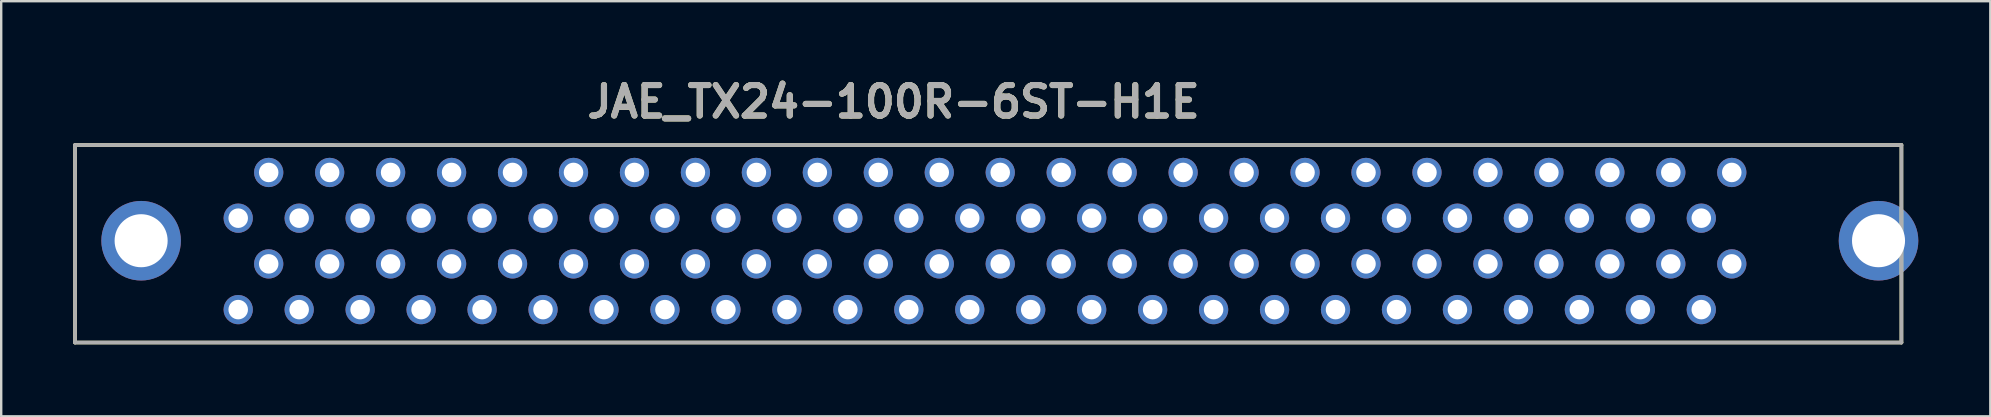
<source format=kicad_pcb>
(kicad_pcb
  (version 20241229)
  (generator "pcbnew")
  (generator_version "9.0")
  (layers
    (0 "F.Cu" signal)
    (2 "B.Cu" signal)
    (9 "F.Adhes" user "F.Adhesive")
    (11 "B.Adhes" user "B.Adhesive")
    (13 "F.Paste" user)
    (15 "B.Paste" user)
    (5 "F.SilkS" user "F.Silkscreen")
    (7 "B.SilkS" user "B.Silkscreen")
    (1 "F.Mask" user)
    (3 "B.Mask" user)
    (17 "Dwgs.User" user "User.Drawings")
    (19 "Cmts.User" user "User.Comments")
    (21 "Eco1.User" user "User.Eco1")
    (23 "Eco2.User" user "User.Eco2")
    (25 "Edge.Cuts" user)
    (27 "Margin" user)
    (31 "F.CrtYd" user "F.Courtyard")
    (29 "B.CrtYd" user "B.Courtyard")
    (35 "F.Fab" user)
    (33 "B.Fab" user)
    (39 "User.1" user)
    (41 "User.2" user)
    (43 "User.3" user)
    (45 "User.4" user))
  (footprint "JAE_TX24-100R-6ST-H1E"
    (layer "F.Cu")
    (at 38.625 2.992)
    (property "Reference" "JAE_TX24-100R-6ST-H1E" (at -4.445 -1.803 0) (layer "F.SilkS") (effects (font (size 1.27 1.27) (thickness 0.254))))
    (attr through_hole)
    (fp_line (start -38.549 0) (end -38.549 8.23) (stroke (width 0.152) (type solid)) (layer "F.SilkS"))
    (fp_line (start -38.549 8.23) (end 37.549 8.23) (stroke (width 0.152) (type solid)) (layer "F.SilkS"))
    (fp_line (start 37.549 0) (end -38.549 0) (stroke (width 0.152) (type solid)) (layer "F.SilkS"))
    (fp_line (start 37.549 8.23) (end 37.549 0) (stroke (width 0.152) (type solid)) (layer "F.SilkS"))
    (fp_line (start -38.549 0) (end -38.549 8.23) (stroke (width 0.152) (type solid)) (layer "F.Fab"))
    (fp_line (start -38.549 8.23) (end 37.549 8.23) (stroke (width 0.152) (type solid)) (layer "F.Fab"))
    (fp_line (start 37.549 0) (end -38.549 0) (stroke (width 0.152) (type solid)) (layer "F.Fab"))
    (fp_line (start 37.549 8.23) (end 37.549 0) (stroke (width 0.152) (type solid)) (layer "F.Fab"))
    (fp_text user "${REFERENCE}" (at -4.445 -1.803 0) (layer "F.Fab") (effects (font (size 1.27 1.27) (thickness 0.254))))
    (pad "1" thru_hole circle (at 30.48 1.143) (size 1.219 1.219) (drill 0.813) (layers "*.Cu" "*.Mask"))
    (pad "2" thru_hole circle (at 29.21 3.048) (size 1.219 1.219) (drill 0.813) (layers "*.Cu" "*.Mask"))
    (pad "3" thru_hole circle (at 27.94 1.143) (size 1.219 1.219) (drill 0.813) (layers "*.Cu" "*.Mask"))
    (pad "4" thru_hole circle (at 26.67 3.048) (size 1.219 1.219) (drill 0.813) (layers "*.Cu" "*.Mask"))
    (pad "5" thru_hole circle (at 25.4 1.143) (size 1.219 1.219) (drill 0.813) (layers "*.Cu" "*.Mask"))
    (pad "6" thru_hole circle (at 24.13 3.048) (size 1.219 1.219) (drill 0.813) (layers "*.Cu" "*.Mask"))
    (pad "7" thru_hole circle (at 22.86 1.143) (size 1.219 1.219) (drill 0.813) (layers "*.Cu" "*.Mask"))
    (pad "8" thru_hole circle (at 21.59 3.048) (size 1.219 1.219) (drill 0.813) (layers "*.Cu" "*.Mask"))
    (pad "9" thru_hole circle (at 20.32 1.143) (size 1.219 1.219) (drill 0.813) (layers "*.Cu" "*.Mask"))
    (pad "10" thru_hole circle (at 19.05 3.048) (size 1.219 1.219) (drill 0.813) (layers "*.Cu" "*.Mask"))
    (pad "11" thru_hole circle (at 17.78 1.143) (size 1.219 1.219) (drill 0.813) (layers "*.Cu" "*.Mask"))
    (pad "12" thru_hole circle (at 16.51 3.048) (size 1.219 1.219) (drill 0.813) (layers "*.Cu" "*.Mask"))
    (pad "13" thru_hole circle (at 15.24 1.143) (size 1.219 1.219) (drill 0.813) (layers "*.Cu" "*.Mask"))
    (pad "14" thru_hole circle (at 13.97 3.048) (size 1.219 1.219) (drill 0.813) (layers "*.Cu" "*.Mask"))
    (pad "15" thru_hole circle (at 12.7 1.143) (size 1.219 1.219) (drill 0.813) (layers "*.Cu" "*.Mask"))
    (pad "16" thru_hole circle (at 11.43 3.048) (size 1.219 1.219) (drill 0.813) (layers "*.Cu" "*.Mask"))
    (pad "17" thru_hole circle (at 10.16 1.143) (size 1.219 1.219) (drill 0.813) (layers "*.Cu" "*.Mask"))
    (pad "18" thru_hole circle (at 8.89 3.048) (size 1.219 1.219) (drill 0.813) (layers "*.Cu" "*.Mask"))
    (pad "19" thru_hole circle (at 7.62 1.143) (size 1.219 1.219) (drill 0.813) (layers "*.Cu" "*.Mask"))
    (pad "20" thru_hole circle (at 6.35 3.048) (size 1.219 1.219) (drill 0.813) (layers "*.Cu" "*.Mask"))
    (pad "21" thru_hole circle (at 5.08 1.143) (size 1.219 1.219) (drill 0.813) (layers "*.Cu" "*.Mask"))
    (pad "22" thru_hole circle (at 3.81 3.048) (size 1.219 1.219) (drill 0.813) (layers "*.Cu" "*.Mask"))
    (pad "23" thru_hole circle (at 2.54 1.143) (size 1.219 1.219) (drill 0.813) (layers "*.Cu" "*.Mask"))
    (pad "24" thru_hole circle (at 1.27 3.048) (size 1.219 1.219) (drill 0.813) (layers "*.Cu" "*.Mask"))
    (pad "25" thru_hole circle (at 0 1.143) (size 1.219 1.219) (drill 0.813) (layers "*.Cu" "*.Mask"))
    (pad "26" thru_hole circle (at -1.27 3.048) (size 1.219 1.219) (drill 0.813) (layers "*.Cu" "*.Mask"))
    (pad "27" thru_hole circle (at -2.54 1.143) (size 1.219 1.219) (drill 0.813) (layers "*.Cu" "*.Mask"))
    (pad "28" thru_hole circle (at -3.81 3.048) (size 1.219 1.219) (drill 0.813) (layers "*.Cu" "*.Mask"))
    (pad "29" thru_hole circle (at -5.08 1.143) (size 1.219 1.219) (drill 0.813) (layers "*.Cu" "*.Mask"))
    (pad "30" thru_hole circle (at -6.35 3.048) (size 1.219 1.219) (drill 0.813) (layers "*.Cu" "*.Mask"))
    (pad "31" thru_hole circle (at -7.62 1.143) (size 1.219 1.219) (drill 0.813) (layers "*.Cu" "*.Mask"))
    (pad "32" thru_hole circle (at -8.89 3.048) (size 1.219 1.219) (drill 0.813) (layers "*.Cu" "*.Mask"))
    (pad "33" thru_hole circle (at -10.16 1.143) (size 1.219 1.219) (drill 0.813) (layers "*.Cu" "*.Mask"))
    (pad "34" thru_hole circle (at -11.43 3.048) (size 1.219 1.219) (drill 0.813) (layers "*.Cu" "*.Mask"))
    (pad "35" thru_hole circle (at -12.7 1.143) (size 1.219 1.219) (drill 0.813) (layers "*.Cu" "*.Mask"))
    (pad "36" thru_hole circle (at -13.97 3.048) (size 1.219 1.219) (drill 0.813) (layers "*.Cu" "*.Mask"))
    (pad "37" thru_hole circle (at -15.24 1.143) (size 1.219 1.219) (drill 0.813) (layers "*.Cu" "*.Mask"))
    (pad "38" thru_hole circle (at -16.51 3.048) (size 1.219 1.219) (drill 0.813) (layers "*.Cu" "*.Mask"))
    (pad "39" thru_hole circle (at -17.78 1.143) (size 1.219 1.219) (drill 0.813) (layers "*.Cu" "*.Mask"))
    (pad "40" thru_hole circle (at -19.05 3.048) (size 1.219 1.219) (drill 0.813) (layers "*.Cu" "*.Mask"))
    (pad "41" thru_hole circle (at -20.32 1.143) (size 1.219 1.219) (drill 0.813) (layers "*.Cu" "*.Mask"))
    (pad "42" thru_hole circle (at -21.59 3.048) (size 1.219 1.219) (drill 0.813) (layers "*.Cu" "*.Mask"))
    (pad "43" thru_hole circle (at -22.86 1.143) (size 1.219 1.219) (drill 0.813) (layers "*.Cu" "*.Mask"))
    (pad "44" thru_hole circle (at -24.13 3.048) (size 1.219 1.219) (drill 0.813) (layers "*.Cu" "*.Mask"))
    (pad "45" thru_hole circle (at -25.4 1.143) (size 1.219 1.219) (drill 0.813) (layers "*.Cu" "*.Mask"))
    (pad "46" thru_hole circle (at -26.67 3.048) (size 1.219 1.219) (drill 0.813) (layers "*.Cu" "*.Mask"))
    (pad "47" thru_hole circle (at -27.94 1.143) (size 1.219 1.219) (drill 0.813) (layers "*.Cu" "*.Mask"))
    (pad "48" thru_hole circle (at -29.21 3.048) (size 1.219 1.219) (drill 0.813) (layers "*.Cu" "*.Mask"))
    (pad "49" thru_hole circle (at -30.48 1.143) (size 1.219 1.219) (drill 0.813) (layers "*.Cu" "*.Mask"))
    (pad "50" thru_hole circle (at -31.75 3.048) (size 1.219 1.219) (drill 0.813) (layers "*.Cu" "*.Mask"))
    (pad "51" thru_hole circle (at 30.48 4.953) (size 1.219 1.219) (drill 0.813) (layers "*.Cu" "*.Mask"))
    (pad "52" thru_hole circle (at 29.21 6.858) (size 1.219 1.219) (drill 0.813) (layers "*.Cu" "*.Mask"))
    (pad "53" thru_hole circle (at 27.94 4.953) (size 1.219 1.219) (drill 0.813) (layers "*.Cu" "*.Mask"))
    (pad "54" thru_hole circle (at 26.67 6.858) (size 1.219 1.219) (drill 0.813) (layers "*.Cu" "*.Mask"))
    (pad "55" thru_hole circle (at 25.4 4.953) (size 1.219 1.219) (drill 0.813) (layers "*.Cu" "*.Mask"))
    (pad "56" thru_hole circle (at 24.13 6.858) (size 1.219 1.219) (drill 0.813) (layers "*.Cu" "*.Mask"))
    (pad "57" thru_hole circle (at 22.86 4.953) (size 1.219 1.219) (drill 0.813) (layers "*.Cu" "*.Mask"))
    (pad "58" thru_hole circle (at 21.59 6.858) (size 1.219 1.219) (drill 0.813) (layers "*.Cu" "*.Mask"))
    (pad "59" thru_hole circle (at 20.32 4.953) (size 1.219 1.219) (drill 0.813) (layers "*.Cu" "*.Mask"))
    (pad "60" thru_hole circle (at 19.05 6.858) (size 1.219 1.219) (drill 0.813) (layers "*.Cu" "*.Mask"))
    (pad "61" thru_hole circle (at 17.78 4.953) (size 1.219 1.219) (drill 0.813) (layers "*.Cu" "*.Mask"))
    (pad "62" thru_hole circle (at 16.51 6.858) (size 1.219 1.219) (drill 0.813) (layers "*.Cu" "*.Mask"))
    (pad "63" thru_hole circle (at 15.24 4.953) (size 1.219 1.219) (drill 0.813) (layers "*.Cu" "*.Mask"))
    (pad "64" thru_hole circle (at 13.97 6.858) (size 1.219 1.219) (drill 0.813) (layers "*.Cu" "*.Mask"))
    (pad "65" thru_hole circle (at 12.7 4.953) (size 1.219 1.219) (drill 0.813) (layers "*.Cu" "*.Mask"))
    (pad "66" thru_hole circle (at 11.43 6.858) (size 1.219 1.219) (drill 0.813) (layers "*.Cu" "*.Mask"))
    (pad "67" thru_hole circle (at 10.16 4.953) (size 1.219 1.219) (drill 0.813) (layers "*.Cu" "*.Mask"))
    (pad "68" thru_hole circle (at 8.89 6.858) (size 1.219 1.219) (drill 0.813) (layers "*.Cu" "*.Mask"))
    (pad "69" thru_hole circle (at 7.62 4.953) (size 1.219 1.219) (drill 0.813) (layers "*.Cu" "*.Mask"))
    (pad "70" thru_hole circle (at 6.35 6.858) (size 1.219 1.219) (drill 0.813) (layers "*.Cu" "*.Mask"))
    (pad "71" thru_hole circle (at 5.08 4.953) (size 1.219 1.219) (drill 0.813) (layers "*.Cu" "*.Mask"))
    (pad "72" thru_hole circle (at 3.81 6.858) (size 1.219 1.219) (drill 0.813) (layers "*.Cu" "*.Mask"))
    (pad "73" thru_hole circle (at 2.54 4.953) (size 1.219 1.219) (drill 0.813) (layers "*.Cu" "*.Mask"))
    (pad "74" thru_hole circle (at 1.27 6.858) (size 1.219 1.219) (drill 0.813) (layers "*.Cu" "*.Mask"))
    (pad "75" thru_hole circle (at 0 4.953) (size 1.219 1.219) (drill 0.813) (layers "*.Cu" "*.Mask"))
    (pad "76" thru_hole circle (at -1.27 6.858) (size 1.219 1.219) (drill 0.813) (layers "*.Cu" "*.Mask"))
    (pad "77" thru_hole circle (at -2.54 4.953) (size 1.219 1.219) (drill 0.813) (layers "*.Cu" "*.Mask"))
    (pad "78" thru_hole circle (at -3.81 6.858) (size 1.219 1.219) (drill 0.813) (layers "*.Cu" "*.Mask"))
    (pad "79" thru_hole circle (at -5.08 4.953) (size 1.219 1.219) (drill 0.813) (layers "*.Cu" "*.Mask"))
    (pad "80" thru_hole circle (at -6.35 6.858) (size 1.219 1.219) (drill 0.813) (layers "*.Cu" "*.Mask"))
    (pad "81" thru_hole circle (at -7.62 4.953) (size 1.219 1.219) (drill 0.813) (layers "*.Cu" "*.Mask"))
    (pad "82" thru_hole circle (at -8.89 6.858) (size 1.219 1.219) (drill 0.813) (layers "*.Cu" "*.Mask"))
    (pad "83" thru_hole circle (at -10.16 4.953) (size 1.219 1.219) (drill 0.813) (layers "*.Cu" "*.Mask"))
    (pad "84" thru_hole circle (at -11.43 6.858) (size 1.219 1.219) (drill 0.813) (layers "*.Cu" "*.Mask"))
    (pad "85" thru_hole circle (at -12.7 4.953) (size 1.219 1.219) (drill 0.813) (layers "*.Cu" "*.Mask"))
    (pad "86" thru_hole circle (at -13.97 6.858) (size 1.219 1.219) (drill 0.813) (layers "*.Cu" "*.Mask"))
    (pad "87" thru_hole circle (at -15.24 4.953) (size 1.219 1.219) (drill 0.813) (layers "*.Cu" "*.Mask"))
    (pad "88" thru_hole circle (at -16.51 6.858) (size 1.219 1.219) (drill 0.813) (layers "*.Cu" "*.Mask"))
    (pad "89" thru_hole circle (at -17.78 4.953) (size 1.219 1.219) (drill 0.813) (layers "*.Cu" "*.Mask"))
    (pad "90" thru_hole circle (at -19.05 6.858) (size 1.219 1.219) (drill 0.813) (layers "*.Cu" "*.Mask"))
    (pad "91" thru_hole circle (at -20.32 4.953) (size 1.219 1.219) (drill 0.813) (layers "*.Cu" "*.Mask"))
    (pad "92" thru_hole circle (at -21.59 6.858) (size 1.219 1.219) (drill 0.813) (layers "*.Cu" "*.Mask"))
    (pad "93" thru_hole circle (at -22.86 4.953) (size 1.219 1.219) (drill 0.813) (layers "*.Cu" "*.Mask"))
    (pad "94" thru_hole circle (at -24.13 6.858) (size 1.219 1.219) (drill 0.813) (layers "*.Cu" "*.Mask"))
    (pad "95" thru_hole circle (at -25.4 4.953) (size 1.219 1.219) (drill 0.813) (layers "*.Cu" "*.Mask"))
    (pad "96" thru_hole circle (at -26.67 6.858) (size 1.219 1.219) (drill 0.813) (layers "*.Cu" "*.Mask"))
    (pad "97" thru_hole circle (at -27.94 4.953) (size 1.219 1.219) (drill 0.813) (layers "*.Cu" "*.Mask"))
    (pad "98" thru_hole circle (at -29.21 6.858) (size 1.219 1.219) (drill 0.813) (layers "*.Cu" "*.Mask"))
    (pad "99" thru_hole circle (at -30.48 4.953) (size 1.219 1.219) (drill 0.813) (layers "*.Cu" "*.Mask"))
    (pad "100" thru_hole circle (at -31.75 6.858) (size 1.219 1.219) (drill 0.813) (layers "*.Cu" "*.Mask"))
    (pad "101" thru_hole circle (at -35.795 3.988) (size 3.315 3.315) (drill 2.21) (layers "*.Cu" "*.Mask"))
    (pad "102" thru_hole circle (at 36.595 3.988) (size 3.315 3.315) (drill 2.21) (layers "*.Cu" "*.Mask")))
  (gr_rect
    (start -3 -3)
    (end 79.878 14.298)
    (stroke (width 0.1) (type default))
    (fill no)
    (layer "Edge.Cuts")))
</source>
